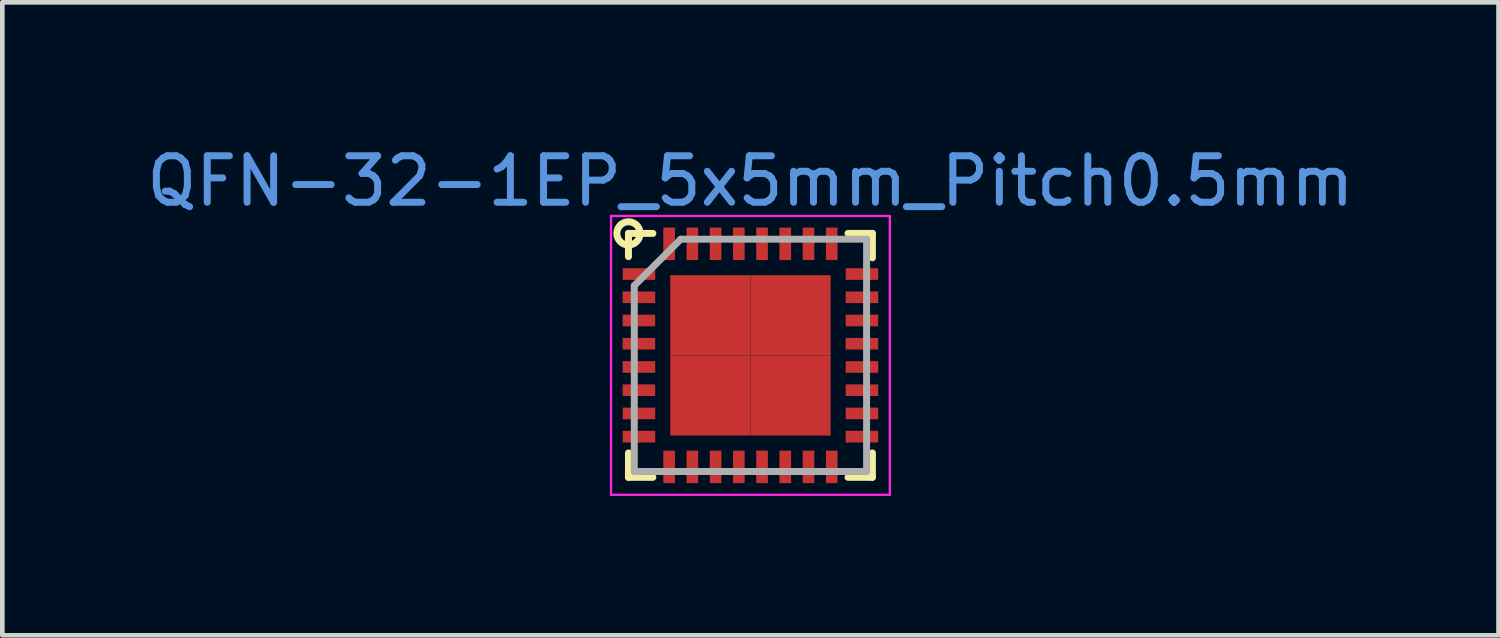
<source format=kicad_pcb>
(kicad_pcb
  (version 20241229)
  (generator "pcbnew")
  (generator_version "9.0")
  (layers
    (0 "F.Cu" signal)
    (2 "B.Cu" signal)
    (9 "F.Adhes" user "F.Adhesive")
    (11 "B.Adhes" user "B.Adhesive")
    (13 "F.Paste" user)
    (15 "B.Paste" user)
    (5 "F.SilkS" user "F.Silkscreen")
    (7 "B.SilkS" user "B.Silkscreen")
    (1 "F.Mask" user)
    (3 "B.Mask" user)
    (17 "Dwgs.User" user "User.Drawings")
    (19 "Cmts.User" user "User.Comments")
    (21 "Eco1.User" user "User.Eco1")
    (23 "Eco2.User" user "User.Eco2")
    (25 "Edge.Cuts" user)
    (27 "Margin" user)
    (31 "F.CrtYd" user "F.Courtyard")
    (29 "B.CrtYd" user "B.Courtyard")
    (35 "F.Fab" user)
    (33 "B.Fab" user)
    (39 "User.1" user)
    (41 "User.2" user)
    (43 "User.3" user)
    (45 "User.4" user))
  (footprint "QFN-32-1EP_5x5mm_Pitch0.5mm"
    (layer "F.Cu")
    (at 13.101 4.598)
    (property "Reference" "QFN-32-1EP_5x5mm_Pitch0.5mm" (at 0 -3.75 0) (layer "Cmts.User") (effects (font (size 1 1) (thickness 0.15))))
    (attr smd)
    (fp_line (start -2.625 -2.625) (end -2.625 -2.125) (stroke (width 0.15) (type solid)) (layer "F.SilkS"))
    (fp_line (start -2.625 -2.625) (end -2.1 -2.625) (stroke (width 0.15) (type solid)) (layer "F.SilkS"))
    (fp_line (start -2.625 2.625) (end -2.625 2.1) (stroke (width 0.15) (type solid)) (layer "F.SilkS"))
    (fp_line (start -2.625 2.625) (end -2.1 2.625) (stroke (width 0.15) (type solid)) (layer "F.SilkS"))
    (fp_line (start 2.625 -2.625) (end 2.1 -2.625) (stroke (width 0.15) (type solid)) (layer "F.SilkS"))
    (fp_line (start 2.625 -2.625) (end 2.625 -2.1) (stroke (width 0.15) (type solid)) (layer "F.SilkS"))
    (fp_line (start 2.625 2.625) (end 2.1 2.625) (stroke (width 0.15) (type solid)) (layer "F.SilkS"))
    (fp_line (start 2.625 2.625) (end 2.625 2.1) (stroke (width 0.15) (type solid)) (layer "F.SilkS"))
    (fp_circle (center -2.625 -2.625) (end -2.825 -2.775) (stroke (width 0.15) (type solid)) (fill no) (layer "F.SilkS"))
    (fp_line (start -3 -3) (end -3 3) (stroke (width 0.05) (type solid)) (layer "F.CrtYd"))
    (fp_line (start -3 -3) (end 3 -3) (stroke (width 0.05) (type solid)) (layer "F.CrtYd"))
    (fp_line (start -3 3) (end 3 3) (stroke (width 0.05) (type solid)) (layer "F.CrtYd"))
    (fp_line (start 3 -3) (end 3 3) (stroke (width 0.05) (type solid)) (layer "F.CrtYd"))
    (fp_line (start -2.5 -1.5) (end -1.5 -2.5) (stroke (width 0.15) (type solid)) (layer "F.Fab"))
    (fp_line (start -2.5 2.5) (end -2.5 -1.5) (stroke (width 0.15) (type solid)) (layer "F.Fab"))
    (fp_line (start -1.5 -2.5) (end 2.5 -2.5) (stroke (width 0.15) (type solid)) (layer "F.Fab"))
    (fp_line (start 2.5 -2.5) (end 2.5 2.5) (stroke (width 0.15) (type solid)) (layer "F.Fab"))
    (fp_line (start 2.5 2.5) (end -2.5 2.5) (stroke (width 0.15) (type solid)) (layer "F.Fab"))
    (pad "1" smd rect (at -2.4 -1.75) (size 0.7 0.25) (layers "F.Cu" "F.Mask" "F.Paste"))
    (pad "2" smd rect (at -2.4 -1.25) (size 0.7 0.25) (layers "F.Cu" "F.Mask" "F.Paste"))
    (pad "3" smd rect (at -2.4 -0.75) (size 0.7 0.25) (layers "F.Cu" "F.Mask" "F.Paste"))
    (pad "4" smd rect (at -2.4 -0.25) (size 0.7 0.25) (layers "F.Cu" "F.Mask" "F.Paste"))
    (pad "5" smd rect (at -2.4 0.25) (size 0.7 0.25) (layers "F.Cu" "F.Mask" "F.Paste"))
    (pad "6" smd rect (at -2.4 0.75) (size 0.7 0.25) (layers "F.Cu" "F.Mask" "F.Paste"))
    (pad "7" smd rect (at -2.4 1.25) (size 0.7 0.25) (layers "F.Cu" "F.Mask" "F.Paste"))
    (pad "8" smd rect (at -2.4 1.75) (size 0.7 0.25) (layers "F.Cu" "F.Mask" "F.Paste"))
    (pad "9" smd rect (at -1.75 2.4 90) (size 0.7 0.25) (layers "F.Cu" "F.Mask" "F.Paste"))
    (pad "10" smd rect (at -1.25 2.4 90) (size 0.7 0.25) (layers "F.Cu" "F.Mask" "F.Paste"))
    (pad "11" smd rect (at -0.75 2.4 90) (size 0.7 0.25) (layers "F.Cu" "F.Mask" "F.Paste"))
    (pad "12" smd rect (at -0.25 2.4 90) (size 0.7 0.25) (layers "F.Cu" "F.Mask" "F.Paste"))
    (pad "13" smd rect (at 0.25 2.4 90) (size 0.7 0.25) (layers "F.Cu" "F.Mask" "F.Paste"))
    (pad "14" smd rect (at 0.75 2.4 90) (size 0.7 0.25) (layers "F.Cu" "F.Mask" "F.Paste"))
    (pad "15" smd rect (at 1.25 2.4 90) (size 0.7 0.25) (layers "F.Cu" "F.Mask" "F.Paste"))
    (pad "16" smd rect (at 1.75 2.4 90) (size 0.7 0.25) (layers "F.Cu" "F.Mask" "F.Paste"))
    (pad "17" smd rect (at 2.4 1.75) (size 0.7 0.25) (layers "F.Cu" "F.Mask" "F.Paste"))
    (pad "18" smd rect (at 2.4 1.25) (size 0.7 0.25) (layers "F.Cu" "F.Mask" "F.Paste"))
    (pad "19" smd rect (at 2.4 0.75) (size 0.7 0.25) (layers "F.Cu" "F.Mask" "F.Paste"))
    (pad "20" smd rect (at 2.4 0.25) (size 0.7 0.25) (layers "F.Cu" "F.Mask" "F.Paste"))
    (pad "21" smd rect (at 2.4 -0.25) (size 0.7 0.25) (layers "F.Cu" "F.Mask" "F.Paste"))
    (pad "22" smd rect (at 2.4 -0.75) (size 0.7 0.25) (layers "F.Cu" "F.Mask" "F.Paste"))
    (pad "23" smd rect (at 2.4 -1.25) (size 0.7 0.25) (layers "F.Cu" "F.Mask" "F.Paste"))
    (pad "24" smd rect (at 2.4 -1.75) (size 0.7 0.25) (layers "F.Cu" "F.Mask" "F.Paste"))
    (pad "25" smd rect (at 1.75 -2.4 90) (size 0.7 0.25) (layers "F.Cu" "F.Mask" "F.Paste"))
    (pad "26" smd rect (at 1.25 -2.4 90) (size 0.7 0.25) (layers "F.Cu" "F.Mask" "F.Paste"))
    (pad "27" smd rect (at 0.75 -2.4 90) (size 0.7 0.25) (layers "F.Cu" "F.Mask" "F.Paste"))
    (pad "28" smd rect (at 0.25 -2.4 90) (size 0.7 0.25) (layers "F.Cu" "F.Mask" "F.Paste"))
    (pad "29" smd rect (at -0.25 -2.4 90) (size 0.7 0.25) (layers "F.Cu" "F.Mask" "F.Paste"))
    (pad "30" smd rect (at -0.75 -2.4 90) (size 0.7 0.25) (layers "F.Cu" "F.Mask" "F.Paste"))
    (pad "31" smd rect (at -1.25 -2.4 90) (size 0.7 0.25) (layers "F.Cu" "F.Mask" "F.Paste"))
    (pad "32" smd rect (at -1.75 -2.4 90) (size 0.7 0.25) (layers "F.Cu" "F.Mask" "F.Paste"))
    (pad "33" smd rect (at -0.863 -0.863) (size 1.725 1.725) (layers "F.Cu" "F.Mask" "F.Paste"))
    (pad "33" smd rect (at -0.863 0.863) (size 1.725 1.725) (layers "F.Cu" "F.Mask" "F.Paste"))
    (pad "33" smd rect (at 0.863 -0.863) (size 1.725 1.725) (layers "F.Cu" "F.Mask" "F.Paste"))
    (pad "33" smd rect (at 0.863 0.863) (size 1.725 1.725) (layers "F.Cu" "F.Mask" "F.Paste")))
  (gr_rect
    (start -3 -3)
    (end 29.202 10.623)
    (stroke (width 0.1) (type default))
    (fill no)
    (layer "Edge.Cuts")))
</source>
